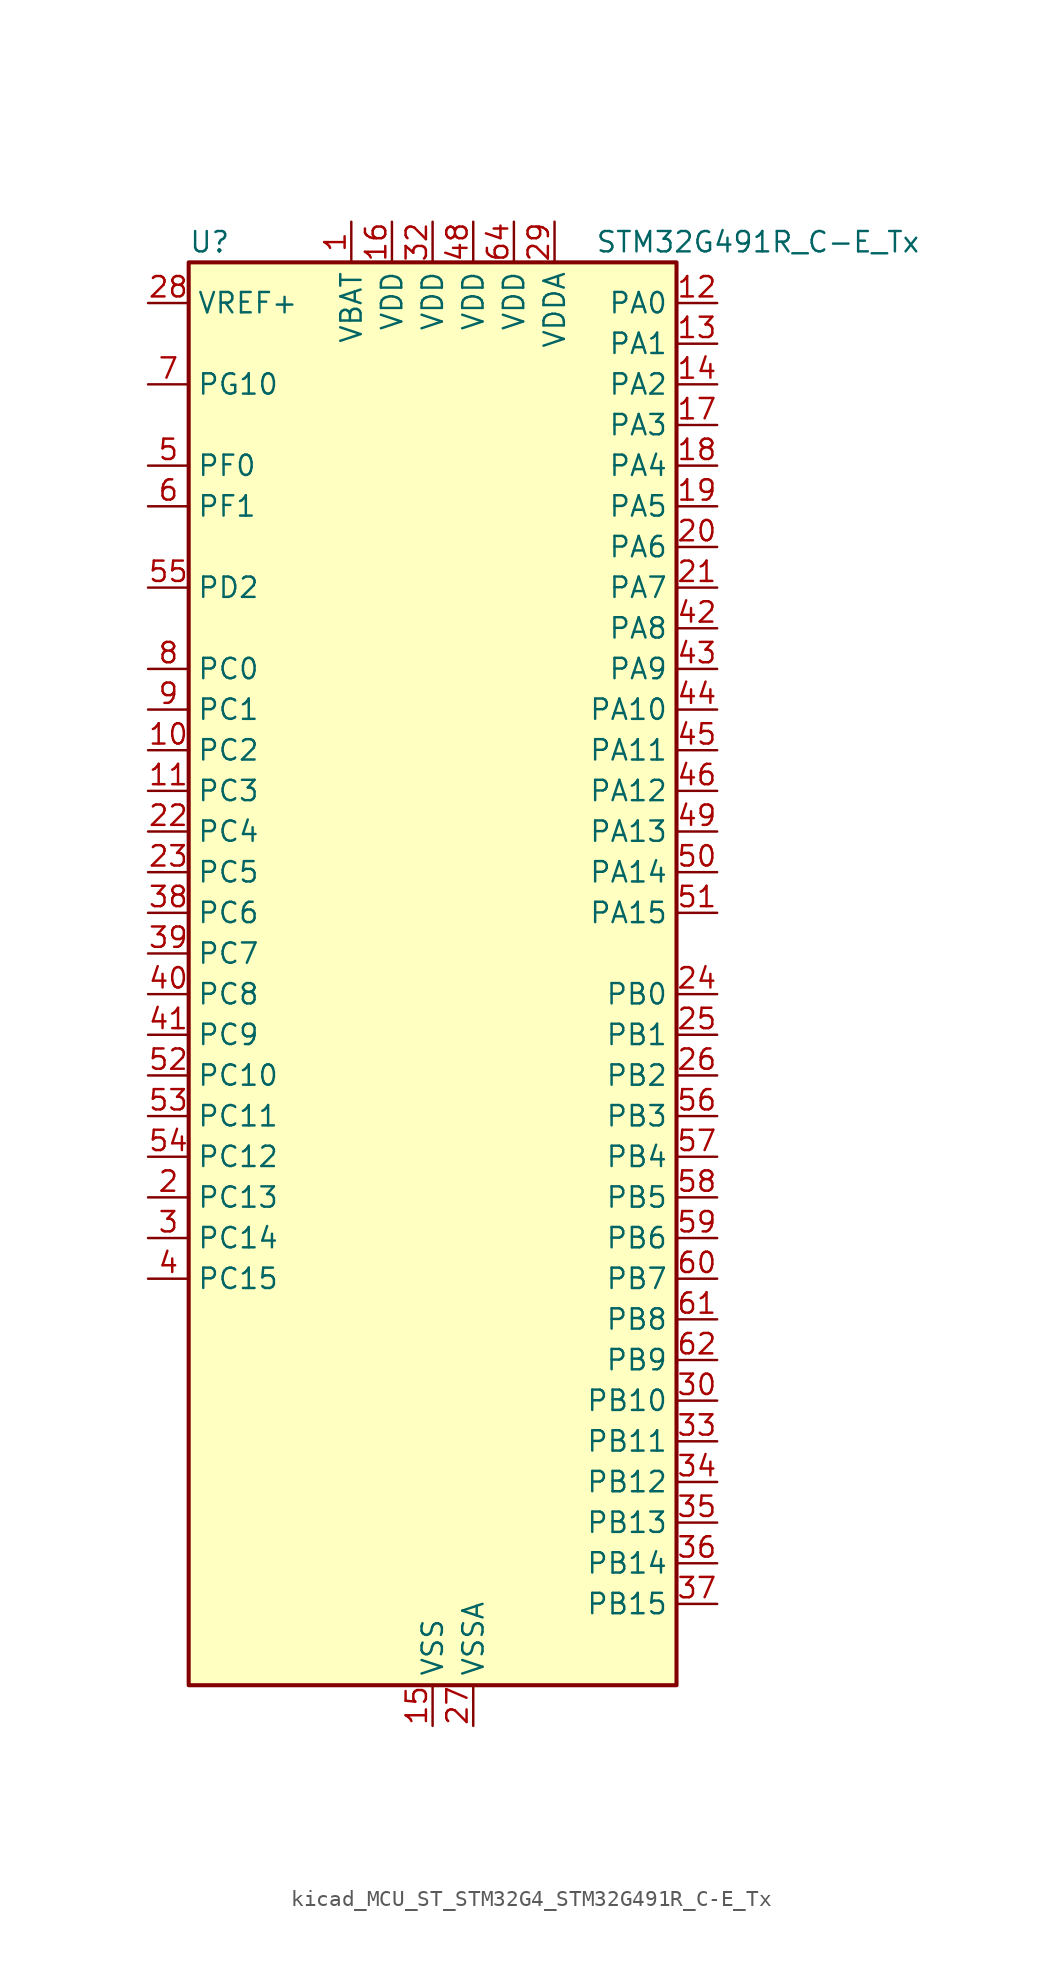
<source format=kicad_sym>
(kicad_symbol_lib
  (version 20220914)
  (generator kicad_symbol_editor)
  (symbol "kicad_MCU_ST_STM32G4_STM32G491R_C-E_Tx"
    (property "Reference" "U"
      (at -15.24 46.99 0)
      (effects (font (size 1.27 1.27)) (justify left)))
    (property "Value" "STM32G491R_C-E_Tx"
      (at 10.16 46.99 0)
      (effects (font (size 1.27 1.27)) (justify left)))
    (property "ki_locked" ""
      (at 0 0 0)
      (effects (font (size 1.27 1.27))))
    (symbol "kicad_MCU_ST_STM32G4_STM32G491R_C-E_Tx_0_1"
      (rectangle (start -15.24 -43.18) (end 15.24 45.72) (stroke (width 0.254) (type default)) (fill (type background))))
    (symbol "kicad_MCU_ST_STM32G4_STM32G491R_C-E_Tx_1_1"
      (pin power_in line (at -5.08 48.26 270) (length 2.54) (name "VBAT" (effects (font (size 1.27 1.27)))) (number "1" (effects (font (size 1.27 1.27)))))
      (pin bidirectional line (at -17.78 15.24 0) (length 2.54) (name "PC2" (effects (font (size 1.27 1.27)))) (number "10" (effects (font (size 1.27 1.27)))) (alternate "ADC1_IN8" bidirectional line) (alternate "ADC2_IN8" bidirectional line) (alternate "ADC3_EXTI2" bidirectional line) (alternate "COMP3_OUT" bidirectional line) (alternate "LPTIM1_IN2" bidirectional line) (alternate "QUADSPI1_BK2_IO1" bidirectional line) (alternate "TIM1_CH3" bidirectional line) (alternate "TIM20_CH2" bidirectional line))
      (pin bidirectional line (at -17.78 12.7 0) (length 2.54) (name "PC3" (effects (font (size 1.27 1.27)))) (number "11" (effects (font (size 1.27 1.27)))) (alternate "ADC1_IN9" bidirectional line) (alternate "ADC2_IN9" bidirectional line) (alternate "ADC3_EXTI3" bidirectional line) (alternate "LPTIM1_ETR" bidirectional line) (alternate "QUADSPI1_BK2_IO2" bidirectional line) (alternate "SAI1_D1" bidirectional line) (alternate "SAI1_SD_A" bidirectional line) (alternate "TIM1_BKIN2" bidirectional line) (alternate "TIM1_CH4" bidirectional line))
      (pin bidirectional line (at 17.78 43.18 180) (length 2.54) (name "PA0" (effects (font (size 1.27 1.27)))) (number "12" (effects (font (size 1.27 1.27)))) (alternate "ADC1_IN1" bidirectional line) (alternate "ADC2_IN1" bidirectional line) (alternate "COMP1_INM" bidirectional line) (alternate "COMP1_OUT" bidirectional line) (alternate "COMP3_INP" bidirectional line) (alternate "RTC_TAMP2" bidirectional line) (alternate "SYS_WKUP1" bidirectional line) (alternate "TIM2_CH1" bidirectional line) (alternate "TIM2_ETR" bidirectional line) (alternate "TIM8_BKIN" bidirectional line) (alternate "TIM8_ETR" bidirectional line) (alternate "USART2_CTS" bidirectional line) (alternate "USART2_NSS" bidirectional line))
      (pin bidirectional line (at 17.78 40.64 180) (length 2.54) (name "PA1" (effects (font (size 1.27 1.27)))) (number "13" (effects (font (size 1.27 1.27)))) (alternate "ADC1_IN2" bidirectional line) (alternate "ADC2_IN2" bidirectional line) (alternate "COMP1_INP" bidirectional line) (alternate "OPAMP1_VINP" bidirectional line) (alternate "OPAMP1_VINP_SEC" bidirectional line) (alternate "OPAMP3_VINP" bidirectional line) (alternate "OPAMP3_VINP_SEC" bidirectional line) (alternate "OPAMP6_VINM" bidirectional line) (alternate "OPAMP6_VINM0" bidirectional line) (alternate "OPAMP6_VINM_SEC" bidirectional line) (alternate "RTC_REFIN" bidirectional line) (alternate "TIM15_CH1N" bidirectional line) (alternate "TIM2_CH2" bidirectional line) (alternate "USART2_DE" bidirectional line) (alternate "USART2_RTS" bidirectional line))
      (pin bidirectional line (at 17.78 38.1 180) (length 2.54) (name "PA2" (effects (font (size 1.27 1.27)))) (number "14" (effects (font (size 1.27 1.27)))) (alternate "ADC1_IN3" bidirectional line) (alternate "ADC3_EXTI2" bidirectional line) (alternate "COMP2_INM" bidirectional line) (alternate "COMP2_OUT" bidirectional line) (alternate "LPUART1_TX" bidirectional line) (alternate "OPAMP1_VOUT" bidirectional line) (alternate "QUADSPI1_BK1_NCS" bidirectional line) (alternate "RCC_LSCO" bidirectional line) (alternate "SYS_WKUP4" bidirectional line) (alternate "TIM15_CH1" bidirectional line) (alternate "TIM2_CH3" bidirectional line) (alternate "UCPD1_FRSTX1" bidirectional line) (alternate "UCPD1_FRSTX2" bidirectional line) (alternate "USART2_TX" bidirectional line))
      (pin power_in line (at 0 -45.72 90) (length 2.54) (name "VSS" (effects (font (size 1.27 1.27)))) (number "15" (effects (font (size 1.27 1.27)))))
      (pin power_in line (at -2.54 48.26 270) (length 2.54) (name "VDD" (effects (font (size 1.27 1.27)))) (number "16" (effects (font (size 1.27 1.27)))))
      (pin bidirectional line (at 17.78 35.56 180) (length 2.54) (name "PA3" (effects (font (size 1.27 1.27)))) (number "17" (effects (font (size 1.27 1.27)))) (alternate "ADC1_IN4" bidirectional line) (alternate "ADC3_EXTI3" bidirectional line) (alternate "COMP2_INP" bidirectional line) (alternate "LPUART1_RX" bidirectional line) (alternate "OPAMP1_VINM" bidirectional line) (alternate "OPAMP1_VINM0" bidirectional line) (alternate "OPAMP1_VINM_SEC" bidirectional line) (alternate "OPAMP1_VINP" bidirectional line) (alternate "OPAMP1_VINP_SEC" bidirectional line) (alternate "QUADSPI1_CLK" bidirectional line) (alternate "SAI1_CK1" bidirectional line) (alternate "SAI1_MCLK_A" bidirectional line) (alternate "TIM15_CH2" bidirectional line) (alternate "TIM2_CH4" bidirectional line) (alternate "USART2_RX" bidirectional line))
      (pin bidirectional line (at 17.78 33.02 180) (length 2.54) (name "PA4" (effects (font (size 1.27 1.27)))) (number "18" (effects (font (size 1.27 1.27)))) (alternate "ADC2_IN17" bidirectional line) (alternate "COMP1_INM" bidirectional line) (alternate "DAC1_OUT1" bidirectional line) (alternate "I2S3_WS" bidirectional line) (alternate "SAI1_FS_B" bidirectional line) (alternate "SPI1_NSS" bidirectional line) (alternate "SPI3_NSS" bidirectional line) (alternate "TIM3_CH2" bidirectional line) (alternate "USART2_CK" bidirectional line))
      (pin bidirectional line (at 17.78 30.48 180) (length 2.54) (name "PA5" (effects (font (size 1.27 1.27)))) (number "19" (effects (font (size 1.27 1.27)))) (alternate "ADC2_IN13" bidirectional line) (alternate "COMP2_INM" bidirectional line) (alternate "DAC1_OUT2" bidirectional line) (alternate "OPAMP2_VINM" bidirectional line) (alternate "OPAMP2_VINM0" bidirectional line) (alternate "OPAMP2_VINM_SEC" bidirectional line) (alternate "SPI1_SCK" bidirectional line) (alternate "TIM2_CH1" bidirectional line) (alternate "TIM2_ETR" bidirectional line) (alternate "UCPD1_FRSTX1" bidirectional line) (alternate "UCPD1_FRSTX2" bidirectional line))
      (pin bidirectional line (at -17.78 -12.7 0) (length 2.54) (name "PC13" (effects (font (size 1.27 1.27)))) (number "2" (effects (font (size 1.27 1.27)))) (alternate "RTC_OUT1" bidirectional line) (alternate "RTC_TAMP1" bidirectional line) (alternate "RTC_TS" bidirectional line) (alternate "SYS_WKUP2" bidirectional line) (alternate "TIM1_BKIN" bidirectional line) (alternate "TIM1_CH1N" bidirectional line) (alternate "TIM8_CH4N" bidirectional line))
      (pin bidirectional line (at 17.78 27.94 180) (length 2.54) (name "PA6" (effects (font (size 1.27 1.27)))) (number "20" (effects (font (size 1.27 1.27)))) (alternate "ADC2_IN3" bidirectional line) (alternate "COMP1_OUT" bidirectional line) (alternate "LPUART1_CTS" bidirectional line) (alternate "OPAMP2_VOUT" bidirectional line) (alternate "QUADSPI1_BK1_IO3" bidirectional line) (alternate "SPI1_MISO" bidirectional line) (alternate "TIM16_CH1" bidirectional line) (alternate "TIM1_BKIN" bidirectional line) (alternate "TIM3_CH1" bidirectional line) (alternate "TIM8_BKIN" bidirectional line))
      (pin bidirectional line (at 17.78 25.4 180) (length 2.54) (name "PA7" (effects (font (size 1.27 1.27)))) (number "21" (effects (font (size 1.27 1.27)))) (alternate "ADC2_IN4" bidirectional line) (alternate "COMP2_INP" bidirectional line) (alternate "COMP2_OUT" bidirectional line) (alternate "OPAMP1_VINP" bidirectional line) (alternate "OPAMP1_VINP_SEC" bidirectional line) (alternate "OPAMP2_VINP" bidirectional line) (alternate "OPAMP2_VINP_SEC" bidirectional line) (alternate "QUADSPI1_BK1_IO2" bidirectional line) (alternate "SPI1_MOSI" bidirectional line) (alternate "TIM17_CH1" bidirectional line) (alternate "TIM1_CH1N" bidirectional line) (alternate "TIM3_CH2" bidirectional line) (alternate "TIM8_CH1N" bidirectional line) (alternate "UCPD1_FRSTX1" bidirectional line) (alternate "UCPD1_FRSTX2" bidirectional line))
      (pin bidirectional line (at -17.78 10.16 0) (length 2.54) (name "PC4" (effects (font (size 1.27 1.27)))) (number "22" (effects (font (size 1.27 1.27)))) (alternate "ADC2_IN5" bidirectional line) (alternate "I2C2_SCL" bidirectional line) (alternate "QUADSPI1_BK2_IO3" bidirectional line) (alternate "TIM1_ETR" bidirectional line) (alternate "USART1_TX" bidirectional line))
      (pin bidirectional line (at -17.78 7.62 0) (length 2.54) (name "PC5" (effects (font (size 1.27 1.27)))) (number "23" (effects (font (size 1.27 1.27)))) (alternate "ADC2_IN11" bidirectional line) (alternate "OPAMP1_VINM" bidirectional line) (alternate "OPAMP1_VINM1" bidirectional line) (alternate "OPAMP1_VINM_SEC" bidirectional line) (alternate "OPAMP2_VINM" bidirectional line) (alternate "OPAMP2_VINM1" bidirectional line) (alternate "OPAMP2_VINM_SEC" bidirectional line) (alternate "SAI1_D3" bidirectional line) (alternate "SYS_WKUP5" bidirectional line) (alternate "TIM15_BKIN" bidirectional line) (alternate "TIM1_CH4N" bidirectional line) (alternate "USART1_RX" bidirectional line))
      (pin bidirectional line (at 17.78 0 180) (length 2.54) (name "PB0" (effects (font (size 1.27 1.27)))) (number "24" (effects (font (size 1.27 1.27)))) (alternate "ADC1_IN15" bidirectional line) (alternate "ADC3_IN12" bidirectional line) (alternate "COMP4_INP" bidirectional line) (alternate "OPAMP2_VINP" bidirectional line) (alternate "OPAMP2_VINP_SEC" bidirectional line) (alternate "OPAMP3_VINP" bidirectional line) (alternate "OPAMP3_VINP_SEC" bidirectional line) (alternate "QUADSPI1_BK1_IO1" bidirectional line) (alternate "TIM1_CH2N" bidirectional line) (alternate "TIM3_CH3" bidirectional line) (alternate "TIM8_CH2N" bidirectional line) (alternate "UCPD1_FRSTX1" bidirectional line) (alternate "UCPD1_FRSTX2" bidirectional line))
      (pin bidirectional line (at 17.78 -2.54 180) (length 2.54) (name "PB1" (effects (font (size 1.27 1.27)))) (number "25" (effects (font (size 1.27 1.27)))) (alternate "ADC1_IN12" bidirectional line) (alternate "ADC3_IN1" bidirectional line) (alternate "COMP1_INP" bidirectional line) (alternate "COMP4_OUT" bidirectional line) (alternate "LPUART1_DE" bidirectional line) (alternate "LPUART1_RTS" bidirectional line) (alternate "OPAMP3_VOUT" bidirectional line) (alternate "OPAMP6_VINM" bidirectional line) (alternate "OPAMP6_VINM1" bidirectional line) (alternate "OPAMP6_VINM_SEC" bidirectional line) (alternate "QUADSPI1_BK1_IO0" bidirectional line) (alternate "TIM1_CH3N" bidirectional line) (alternate "TIM3_CH4" bidirectional line) (alternate "TIM8_CH3N" bidirectional line))
      (pin bidirectional line (at 17.78 -5.08 180) (length 2.54) (name "PB2" (effects (font (size 1.27 1.27)))) (number "26" (effects (font (size 1.27 1.27)))) (alternate "ADC2_IN12" bidirectional line) (alternate "ADC3_EXTI2" bidirectional line) (alternate "COMP4_INM" bidirectional line) (alternate "I2C3_SMBA" bidirectional line) (alternate "LPTIM1_OUT" bidirectional line) (alternate "OPAMP3_VINM" bidirectional line) (alternate "OPAMP3_VINM0" bidirectional line) (alternate "OPAMP3_VINM_SEC" bidirectional line) (alternate "QUADSPI1_BK2_IO1" bidirectional line) (alternate "RTC_OUT2" bidirectional line) (alternate "TIM20_CH1" bidirectional line))
      (pin power_in line (at 2.54 -45.72 90) (length 2.54) (name "VSSA" (effects (font (size 1.27 1.27)))) (number "27" (effects (font (size 1.27 1.27)))))
      (pin input line (at -17.78 43.18 0) (length 2.54) (name "VREF+" (effects (font (size 1.27 1.27)))) (number "28" (effects (font (size 1.27 1.27)))) (alternate "VREFBUF_OUT" bidirectional line))
      (pin power_in line (at 7.62 48.26 270) (length 2.54) (name "VDDA" (effects (font (size 1.27 1.27)))) (number "29" (effects (font (size 1.27 1.27)))))
      (pin bidirectional line (at -17.78 -15.24 0) (length 2.54) (name "PC14" (effects (font (size 1.27 1.27)))) (number "3" (effects (font (size 1.27 1.27)))) (alternate "RCC_OSC32_IN" bidirectional line))
      (pin bidirectional line (at 17.78 -25.4 180) (length 2.54) (name "PB10" (effects (font (size 1.27 1.27)))) (number "30" (effects (font (size 1.27 1.27)))) (alternate "DAC1_EXTI10" bidirectional line) (alternate "DAC3_EXTI10" bidirectional line) (alternate "LPUART1_RX" bidirectional line) (alternate "OPAMP3_VINM" bidirectional line) (alternate "OPAMP3_VINM1" bidirectional line) (alternate "OPAMP3_VINM_SEC" bidirectional line) (alternate "QUADSPI1_CLK" bidirectional line) (alternate "SAI1_SCK_A" bidirectional line) (alternate "TIM1_BKIN" bidirectional line) (alternate "TIM2_CH3" bidirectional line) (alternate "USART3_TX" bidirectional line))
      (pin passive line (at 0 -45.72 90) (length 2.54) hide (name "VSS" (effects (font (size 1.27 1.27)))) (number "31" (effects (font (size 1.27 1.27)))))
      (pin power_in line (at 0 48.26 270) (length 2.54) (name "VDD" (effects (font (size 1.27 1.27)))) (number "32" (effects (font (size 1.27 1.27)))))
      (pin bidirectional line (at 17.78 -27.94 180) (length 2.54) (name "PB11" (effects (font (size 1.27 1.27)))) (number "33" (effects (font (size 1.27 1.27)))) (alternate "ADC1_EXTI11" bidirectional line) (alternate "ADC1_IN14" bidirectional line) (alternate "ADC2_EXTI11" bidirectional line) (alternate "ADC2_IN14" bidirectional line) (alternate "LPUART1_TX" bidirectional line) (alternate "OPAMP6_VOUT" bidirectional line) (alternate "QUADSPI1_BK1_NCS" bidirectional line) (alternate "TIM2_CH4" bidirectional line) (alternate "USART3_RX" bidirectional line))
      (pin bidirectional line (at 17.78 -30.48 180) (length 2.54) (name "PB12" (effects (font (size 1.27 1.27)))) (number "34" (effects (font (size 1.27 1.27)))) (alternate "ADC1_IN11" bidirectional line) (alternate "FDCAN2_RX" bidirectional line) (alternate "I2C2_SMBA" bidirectional line) (alternate "I2S2_WS" bidirectional line) (alternate "LPUART1_DE" bidirectional line) (alternate "LPUART1_RTS" bidirectional line) (alternate "OPAMP6_VINP" bidirectional line) (alternate "OPAMP6_VINP_SEC" bidirectional line) (alternate "SPI2_NSS" bidirectional line) (alternate "TIM1_BKIN" bidirectional line) (alternate "USART3_CK" bidirectional line))
      (pin bidirectional line (at 17.78 -33.02 180) (length 2.54) (name "PB13" (effects (font (size 1.27 1.27)))) (number "35" (effects (font (size 1.27 1.27)))) (alternate "ADC3_IN5" bidirectional line) (alternate "FDCAN2_TX" bidirectional line) (alternate "I2S2_CK" bidirectional line) (alternate "LPUART1_CTS" bidirectional line) (alternate "OPAMP3_VINP" bidirectional line) (alternate "OPAMP3_VINP_SEC" bidirectional line) (alternate "OPAMP6_VINP" bidirectional line) (alternate "OPAMP6_VINP_SEC" bidirectional line) (alternate "SPI2_SCK" bidirectional line) (alternate "TIM1_CH1N" bidirectional line) (alternate "USART3_CTS" bidirectional line) (alternate "USART3_NSS" bidirectional line))
      (pin bidirectional line (at 17.78 -35.56 180) (length 2.54) (name "PB14" (effects (font (size 1.27 1.27)))) (number "36" (effects (font (size 1.27 1.27)))) (alternate "ADC1_IN5" bidirectional line) (alternate "COMP4_OUT" bidirectional line) (alternate "OPAMP2_VINP" bidirectional line) (alternate "OPAMP2_VINP_SEC" bidirectional line) (alternate "SPI2_MISO" bidirectional line) (alternate "TIM15_CH1" bidirectional line) (alternate "TIM1_CH2N" bidirectional line) (alternate "USART3_DE" bidirectional line) (alternate "USART3_RTS" bidirectional line))
      (pin bidirectional line (at 17.78 -38.1 180) (length 2.54) (name "PB15" (effects (font (size 1.27 1.27)))) (number "37" (effects (font (size 1.27 1.27)))) (alternate "ADC1_EXTI15" bidirectional line) (alternate "ADC2_EXTI15" bidirectional line) (alternate "ADC2_IN15" bidirectional line) (alternate "COMP3_OUT" bidirectional line) (alternate "I2S2_SD" bidirectional line) (alternate "RTC_REFIN" bidirectional line) (alternate "SPI2_MOSI" bidirectional line) (alternate "TIM15_CH1N" bidirectional line) (alternate "TIM15_CH2" bidirectional line) (alternate "TIM1_CH3N" bidirectional line))
      (pin bidirectional line (at -17.78 5.08 0) (length 2.54) (name "PC6" (effects (font (size 1.27 1.27)))) (number "38" (effects (font (size 1.27 1.27)))) (alternate "I2S2_MCK" bidirectional line) (alternate "TIM3_CH1" bidirectional line) (alternate "TIM8_CH1" bidirectional line))
      (pin bidirectional line (at -17.78 2.54 0) (length 2.54) (name "PC7" (effects (font (size 1.27 1.27)))) (number "39" (effects (font (size 1.27 1.27)))) (alternate "I2S3_MCK" bidirectional line) (alternate "TIM3_CH2" bidirectional line) (alternate "TIM8_CH2" bidirectional line))
      (pin bidirectional line (at -17.78 -17.78 0) (length 2.54) (name "PC15" (effects (font (size 1.27 1.27)))) (number "4" (effects (font (size 1.27 1.27)))) (alternate "ADC1_EXTI15" bidirectional line) (alternate "ADC2_EXTI15" bidirectional line) (alternate "RCC_OSC32_OUT" bidirectional line))
      (pin bidirectional line (at -17.78 0 0) (length 2.54) (name "PC8" (effects (font (size 1.27 1.27)))) (number "40" (effects (font (size 1.27 1.27)))) (alternate "I2C3_SCL" bidirectional line) (alternate "TIM20_CH3" bidirectional line) (alternate "TIM3_CH3" bidirectional line) (alternate "TIM8_CH3" bidirectional line))
      (pin bidirectional line (at -17.78 -2.54 0) (length 2.54) (name "PC9" (effects (font (size 1.27 1.27)))) (number "41" (effects (font (size 1.27 1.27)))) (alternate "DAC1_EXTI9" bidirectional line) (alternate "DAC3_EXTI9" bidirectional line) (alternate "I2C3_SDA" bidirectional line) (alternate "I2S_CKIN" bidirectional line) (alternate "TIM3_CH4" bidirectional line) (alternate "TIM8_BKIN2" bidirectional line) (alternate "TIM8_CH4" bidirectional line))
      (pin bidirectional line (at 17.78 22.86 180) (length 2.54) (name "PA8" (effects (font (size 1.27 1.27)))) (number "42" (effects (font (size 1.27 1.27)))) (alternate "I2C2_SDA" bidirectional line) (alternate "I2C3_SCL" bidirectional line) (alternate "I2S2_MCK" bidirectional line) (alternate "RCC_MCO" bidirectional line) (alternate "SAI1_CK2" bidirectional line) (alternate "SAI1_SCK_A" bidirectional line) (alternate "TIM1_CH1" bidirectional line) (alternate "TIM4_ETR" bidirectional line) (alternate "USART1_CK" bidirectional line))
      (pin bidirectional line (at 17.78 20.32 180) (length 2.54) (name "PA9" (effects (font (size 1.27 1.27)))) (number "43" (effects (font (size 1.27 1.27)))) (alternate "DAC1_EXTI9" bidirectional line) (alternate "DAC3_EXTI9" bidirectional line) (alternate "I2C2_SCL" bidirectional line) (alternate "I2C3_SMBA" bidirectional line) (alternate "I2S3_MCK" bidirectional line) (alternate "SAI1_FS_A" bidirectional line) (alternate "TIM15_BKIN" bidirectional line) (alternate "TIM1_CH2" bidirectional line) (alternate "TIM2_CH3" bidirectional line) (alternate "UCPD1_DBCC1" bidirectional line) (alternate "USART1_TX" bidirectional line))
      (pin bidirectional line (at 17.78 17.78 180) (length 2.54) (name "PA10" (effects (font (size 1.27 1.27)))) (number "44" (effects (font (size 1.27 1.27)))) (alternate "CRS_SYNC" bidirectional line) (alternate "DAC1_EXTI10" bidirectional line) (alternate "DAC3_EXTI10" bidirectional line) (alternate "I2C2_SMBA" bidirectional line) (alternate "SAI1_D1" bidirectional line) (alternate "SAI1_SD_A" bidirectional line) (alternate "SPI2_MISO" bidirectional line) (alternate "TIM17_BKIN" bidirectional line) (alternate "TIM1_CH3" bidirectional line) (alternate "TIM2_CH4" bidirectional line) (alternate "TIM8_BKIN" bidirectional line) (alternate "UCPD1_DBCC2" bidirectional line) (alternate "USART1_RX" bidirectional line))
      (pin bidirectional line (at 17.78 15.24 180) (length 2.54) (name "PA11" (effects (font (size 1.27 1.27)))) (number "45" (effects (font (size 1.27 1.27)))) (alternate "ADC1_EXTI11" bidirectional line) (alternate "ADC2_EXTI11" bidirectional line) (alternate "COMP1_OUT" bidirectional line) (alternate "FDCAN1_RX" bidirectional line) (alternate "I2S2_SD" bidirectional line) (alternate "SPI2_MOSI" bidirectional line) (alternate "TIM1_BKIN2" bidirectional line) (alternate "TIM1_CH1N" bidirectional line) (alternate "TIM1_CH4" bidirectional line) (alternate "TIM4_CH1" bidirectional line) (alternate "USART1_CTS" bidirectional line) (alternate "USART1_NSS" bidirectional line) (alternate "USB_DM" bidirectional line))
      (pin bidirectional line (at 17.78 12.7 180) (length 2.54) (name "PA12" (effects (font (size 1.27 1.27)))) (number "46" (effects (font (size 1.27 1.27)))) (alternate "COMP2_OUT" bidirectional line) (alternate "FDCAN1_TX" bidirectional line) (alternate "I2S_CKIN" bidirectional line) (alternate "TIM16_CH1" bidirectional line) (alternate "TIM1_CH2N" bidirectional line) (alternate "TIM1_ETR" bidirectional line) (alternate "TIM4_CH2" bidirectional line) (alternate "USART1_DE" bidirectional line) (alternate "USART1_RTS" bidirectional line) (alternate "USB_DP" bidirectional line))
      (pin passive line (at 0 -45.72 90) (length 2.54) hide (name "VSS" (effects (font (size 1.27 1.27)))) (number "47" (effects (font (size 1.27 1.27)))))
      (pin power_in line (at 2.54 48.26 270) (length 2.54) (name "VDD" (effects (font (size 1.27 1.27)))) (number "48" (effects (font (size 1.27 1.27)))))
      (pin bidirectional line (at 17.78 10.16 180) (length 2.54) (name "PA13" (effects (font (size 1.27 1.27)))) (number "49" (effects (font (size 1.27 1.27)))) (alternate "I2C1_SCL" bidirectional line) (alternate "IR_OUT" bidirectional line) (alternate "SAI1_SD_B" bidirectional line) (alternate "SYS_JTMS-SWDIO" bidirectional line) (alternate "TIM16_CH1N" bidirectional line) (alternate "TIM4_CH3" bidirectional line) (alternate "USART3_CTS" bidirectional line) (alternate "USART3_NSS" bidirectional line))
      (pin bidirectional line (at -17.78 33.02 0) (length 2.54) (name "PF0" (effects (font (size 1.27 1.27)))) (number "5" (effects (font (size 1.27 1.27)))) (alternate "ADC1_IN10" bidirectional line) (alternate "I2C2_SDA" bidirectional line) (alternate "I2S2_WS" bidirectional line) (alternate "RCC_OSC_IN" bidirectional line) (alternate "SPI2_NSS" bidirectional line) (alternate "TIM1_CH3N" bidirectional line))
      (pin bidirectional line (at 17.78 7.62 180) (length 2.54) (name "PA14" (effects (font (size 1.27 1.27)))) (number "50" (effects (font (size 1.27 1.27)))) (alternate "I2C1_SDA" bidirectional line) (alternate "LPTIM1_OUT" bidirectional line) (alternate "SAI1_FS_B" bidirectional line) (alternate "SYS_JTCK-SWCLK" bidirectional line) (alternate "TIM1_BKIN" bidirectional line) (alternate "TIM8_CH2" bidirectional line) (alternate "USART2_TX" bidirectional line))
      (pin bidirectional line (at 17.78 5.08 180) (length 2.54) (name "PA15" (effects (font (size 1.27 1.27)))) (number "51" (effects (font (size 1.27 1.27)))) (alternate "ADC1_EXTI15" bidirectional line) (alternate "ADC2_EXTI15" bidirectional line) (alternate "I2C1_SCL" bidirectional line) (alternate "I2S3_WS" bidirectional line) (alternate "SPI1_NSS" bidirectional line) (alternate "SPI3_NSS" bidirectional line) (alternate "SYS_JTDI" bidirectional line) (alternate "TIM1_BKIN" bidirectional line) (alternate "TIM20_ETR" bidirectional line) (alternate "TIM2_CH1" bidirectional line) (alternate "TIM2_ETR" bidirectional line) (alternate "TIM8_CH1" bidirectional line) (alternate "UART4_DE" bidirectional line) (alternate "UART4_RTS" bidirectional line) (alternate "USART2_RX" bidirectional line))
      (pin bidirectional line (at -17.78 -5.08 0) (length 2.54) (name "PC10" (effects (font (size 1.27 1.27)))) (number "52" (effects (font (size 1.27 1.27)))) (alternate "DAC1_EXTI10" bidirectional line) (alternate "DAC3_EXTI10" bidirectional line) (alternate "I2S3_CK" bidirectional line) (alternate "SPI3_SCK" bidirectional line) (alternate "TIM8_CH1N" bidirectional line) (alternate "UART4_TX" bidirectional line) (alternate "USART3_TX" bidirectional line))
      (pin bidirectional line (at -17.78 -7.62 0) (length 2.54) (name "PC11" (effects (font (size 1.27 1.27)))) (number "53" (effects (font (size 1.27 1.27)))) (alternate "ADC1_EXTI11" bidirectional line) (alternate "ADC2_EXTI11" bidirectional line) (alternate "I2C3_SDA" bidirectional line) (alternate "SPI3_MISO" bidirectional line) (alternate "TIM8_CH2N" bidirectional line) (alternate "UART4_RX" bidirectional line) (alternate "USART3_RX" bidirectional line))
      (pin bidirectional line (at -17.78 -10.16 0) (length 2.54) (name "PC12" (effects (font (size 1.27 1.27)))) (number "54" (effects (font (size 1.27 1.27)))) (alternate "I2S3_SD" bidirectional line) (alternate "SPI3_MOSI" bidirectional line) (alternate "TIM8_CH3N" bidirectional line) (alternate "UART5_TX" bidirectional line) (alternate "UCPD1_FRSTX1" bidirectional line) (alternate "UCPD1_FRSTX2" bidirectional line) (alternate "USART3_CK" bidirectional line))
      (pin bidirectional line (at -17.78 25.4 0) (length 2.54) (name "PD2" (effects (font (size 1.27 1.27)))) (number "55" (effects (font (size 1.27 1.27)))) (alternate "ADC3_EXTI2" bidirectional line) (alternate "TIM3_ETR" bidirectional line) (alternate "TIM8_BKIN" bidirectional line) (alternate "UART5_RX" bidirectional line))
      (pin bidirectional line (at 17.78 -7.62 180) (length 2.54) (name "PB3" (effects (font (size 1.27 1.27)))) (number "56" (effects (font (size 1.27 1.27)))) (alternate "ADC3_EXTI3" bidirectional line) (alternate "CRS_SYNC" bidirectional line) (alternate "I2S3_CK" bidirectional line) (alternate "SAI1_SCK_B" bidirectional line) (alternate "SPI1_SCK" bidirectional line) (alternate "SPI3_SCK" bidirectional line) (alternate "SYS_JTDO-SWO" bidirectional line) (alternate "TIM2_CH2" bidirectional line) (alternate "TIM3_ETR" bidirectional line) (alternate "TIM4_ETR" bidirectional line) (alternate "TIM8_CH1N" bidirectional line) (alternate "USART2_TX" bidirectional line))
      (pin bidirectional line (at 17.78 -10.16 180) (length 2.54) (name "PB4" (effects (font (size 1.27 1.27)))) (number "57" (effects (font (size 1.27 1.27)))) (alternate "SAI1_MCLK_B" bidirectional line) (alternate "SPI1_MISO" bidirectional line) (alternate "SPI3_MISO" bidirectional line) (alternate "SYS_JTRST" bidirectional line) (alternate "TIM16_CH1" bidirectional line) (alternate "TIM17_BKIN" bidirectional line) (alternate "TIM3_CH1" bidirectional line) (alternate "TIM8_CH2N" bidirectional line) (alternate "UART5_DE" bidirectional line) (alternate "UART5_RTS" bidirectional line) (alternate "UCPD1_CC2" bidirectional line) (alternate "USART2_RX" bidirectional line))
      (pin bidirectional line (at 17.78 -12.7 180) (length 2.54) (name "PB5" (effects (font (size 1.27 1.27)))) (number "58" (effects (font (size 1.27 1.27)))) (alternate "FDCAN2_RX" bidirectional line) (alternate "I2C1_SMBA" bidirectional line) (alternate "I2C3_SDA" bidirectional line) (alternate "I2S3_SD" bidirectional line) (alternate "LPTIM1_IN1" bidirectional line) (alternate "SAI1_SD_B" bidirectional line) (alternate "SPI1_MOSI" bidirectional line) (alternate "SPI3_MOSI" bidirectional line) (alternate "TIM16_BKIN" bidirectional line) (alternate "TIM17_CH1" bidirectional line) (alternate "TIM3_CH2" bidirectional line) (alternate "TIM8_CH3N" bidirectional line) (alternate "UART5_CTS" bidirectional line) (alternate "USART2_CK" bidirectional line))
      (pin bidirectional line (at 17.78 -15.24 180) (length 2.54) (name "PB6" (effects (font (size 1.27 1.27)))) (number "59" (effects (font (size 1.27 1.27)))) (alternate "COMP4_OUT" bidirectional line) (alternate "FDCAN2_TX" bidirectional line) (alternate "LPTIM1_ETR" bidirectional line) (alternate "SAI1_FS_B" bidirectional line) (alternate "TIM16_CH1N" bidirectional line) (alternate "TIM4_CH1" bidirectional line) (alternate "TIM8_BKIN2" bidirectional line) (alternate "TIM8_CH1" bidirectional line) (alternate "TIM8_ETR" bidirectional line) (alternate "UCPD1_CC1" bidirectional line) (alternate "USART1_TX" bidirectional line))
      (pin bidirectional line (at -17.78 30.48 0) (length 2.54) (name "PF1" (effects (font (size 1.27 1.27)))) (number "6" (effects (font (size 1.27 1.27)))) (alternate "ADC2_IN10" bidirectional line) (alternate "COMP3_INM" bidirectional line) (alternate "I2S2_CK" bidirectional line) (alternate "RCC_OSC_OUT" bidirectional line) (alternate "SPI2_SCK" bidirectional line))
      (pin bidirectional line (at 17.78 -17.78 180) (length 2.54) (name "PB7" (effects (font (size 1.27 1.27)))) (number "60" (effects (font (size 1.27 1.27)))) (alternate "COMP3_OUT" bidirectional line) (alternate "I2C1_SDA" bidirectional line) (alternate "LPTIM1_IN2" bidirectional line) (alternate "SYS_PVD_IN" bidirectional line) (alternate "TIM17_CH1N" bidirectional line) (alternate "TIM3_CH4" bidirectional line) (alternate "TIM4_CH2" bidirectional line) (alternate "TIM8_BKIN" bidirectional line) (alternate "UART4_CTS" bidirectional line) (alternate "USART1_RX" bidirectional line))
      (pin bidirectional line (at 17.78 -20.32 180) (length 2.54) (name "PB8" (effects (font (size 1.27 1.27)))) (number "61" (effects (font (size 1.27 1.27)))) (alternate "COMP1_OUT" bidirectional line) (alternate "FDCAN1_RX" bidirectional line) (alternate "I2C1_SCL" bidirectional line) (alternate "SAI1_CK1" bidirectional line) (alternate "SAI1_MCLK_A" bidirectional line) (alternate "TIM16_CH1" bidirectional line) (alternate "TIM1_BKIN" bidirectional line) (alternate "TIM4_CH3" bidirectional line) (alternate "TIM8_CH2" bidirectional line) (alternate "USART3_RX" bidirectional line))
      (pin bidirectional line (at 17.78 -22.86 180) (length 2.54) (name "PB9" (effects (font (size 1.27 1.27)))) (number "62" (effects (font (size 1.27 1.27)))) (alternate "COMP2_OUT" bidirectional line) (alternate "DAC1_EXTI9" bidirectional line) (alternate "DAC3_EXTI9" bidirectional line) (alternate "FDCAN1_TX" bidirectional line) (alternate "I2C1_SDA" bidirectional line) (alternate "IR_OUT" bidirectional line) (alternate "SAI1_D2" bidirectional line) (alternate "SAI1_FS_A" bidirectional line) (alternate "TIM17_CH1" bidirectional line) (alternate "TIM1_CH3N" bidirectional line) (alternate "TIM4_CH4" bidirectional line) (alternate "TIM8_CH3" bidirectional line) (alternate "USART3_TX" bidirectional line))
      (pin passive line (at 0 -45.72 90) (length 2.54) hide (name "VSS" (effects (font (size 1.27 1.27)))) (number "63" (effects (font (size 1.27 1.27)))))
      (pin power_in line (at 5.08 48.26 270) (length 2.54) (name "VDD" (effects (font (size 1.27 1.27)))) (number "64" (effects (font (size 1.27 1.27)))))
      (pin bidirectional line (at -17.78 38.1 0) (length 2.54) (name "PG10" (effects (font (size 1.27 1.27)))) (number "7" (effects (font (size 1.27 1.27)))) (alternate "DAC1_EXTI10" bidirectional line) (alternate "DAC3_EXTI10" bidirectional line) (alternate "RCC_MCO" bidirectional line))
      (pin bidirectional line (at -17.78 20.32 0) (length 2.54) (name "PC0" (effects (font (size 1.27 1.27)))) (number "8" (effects (font (size 1.27 1.27)))) (alternate "ADC1_IN6" bidirectional line) (alternate "ADC2_IN6" bidirectional line) (alternate "COMP3_INM" bidirectional line) (alternate "LPTIM1_IN1" bidirectional line) (alternate "LPUART1_RX" bidirectional line) (alternate "TIM1_CH1" bidirectional line))
      (pin bidirectional line (at -17.78 17.78 0) (length 2.54) (name "PC1" (effects (font (size 1.27 1.27)))) (number "9" (effects (font (size 1.27 1.27)))) (alternate "ADC1_IN7" bidirectional line) (alternate "ADC2_IN7" bidirectional line) (alternate "COMP3_INP" bidirectional line) (alternate "LPTIM1_OUT" bidirectional line) (alternate "LPUART1_TX" bidirectional line) (alternate "QUADSPI1_BK2_IO0" bidirectional line) (alternate "SAI1_SD_A" bidirectional line) (alternate "TIM1_CH2" bidirectional line)))))
</source>
